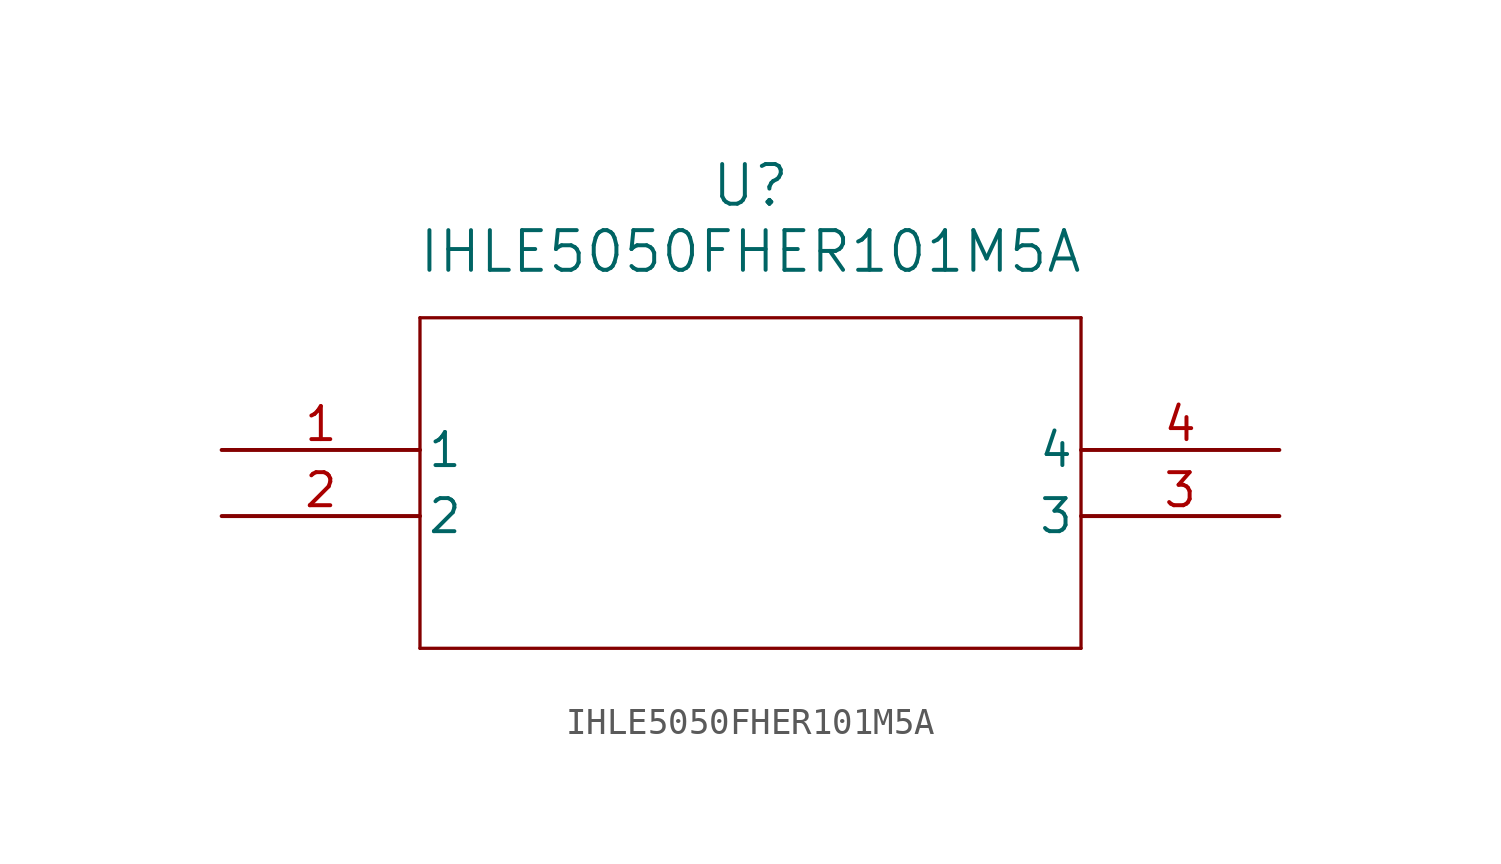
<source format=kicad_sym>
(kicad_symbol_lib
  (version 20211014)
  (generator kicad_symbol_editor)
  (symbol "IHLE5050FHER101M5A"
    (pin_names
      (offset 0.254))
    (property "Reference" "U"
      (at 20.32 10.16 0)
      (effects (font (size 1.524 1.524))))
    (property "Value" "IHLE5050FHER101M5A"
      (at 20.32 7.62 0)
      (effects (font (size 1.524 1.524))))
    (symbol "IHLE5050FHER101M5A_0_1"
      (polyline (pts (xy 7.62 5.08) (xy 7.62 -7.62)) (stroke (width .127) (type default) (color 0 0 0 0)) (fill (type none)))
      (polyline (pts (xy 7.62 -7.62) (xy 33.02 -7.62)) (stroke (width .127) (type default) (color 0 0 0 0)) (fill (type none)))
      (polyline (pts (xy 33.02 -7.62) (xy 33.02 5.08)) (stroke (width .127) (type default) (color 0 0 0 0)) (fill (type none)))
      (polyline (pts (xy 33.02 5.08) (xy 7.62 5.08)) (stroke (width .127) (type default) (color 0 0 0 0)) (fill (type none)))
      (pin unspecified line (at 0 0 0) (length 7.62) (name "1" (effects (font (size 1.27 1.27)))) (number "1" (effects (font (size 1.27 1.27)))))
      (pin unspecified line (at 0 -2.54 0) (length 7.62) (name "2" (effects (font (size 1.27 1.27)))) (number "2" (effects (font (size 1.27 1.27)))))
      (pin unspecified line (at 40.64 -2.54 180) (length 7.62) (name "3" (effects (font (size 1.27 1.27)))) (number "3" (effects (font (size 1.27 1.27)))))
      (pin unspecified line (at 40.64 0 180) (length 7.62) (name "4" (effects (font (size 1.27 1.27)))) (number "4" (effects (font (size 1.27 1.27))))))))
</source>
